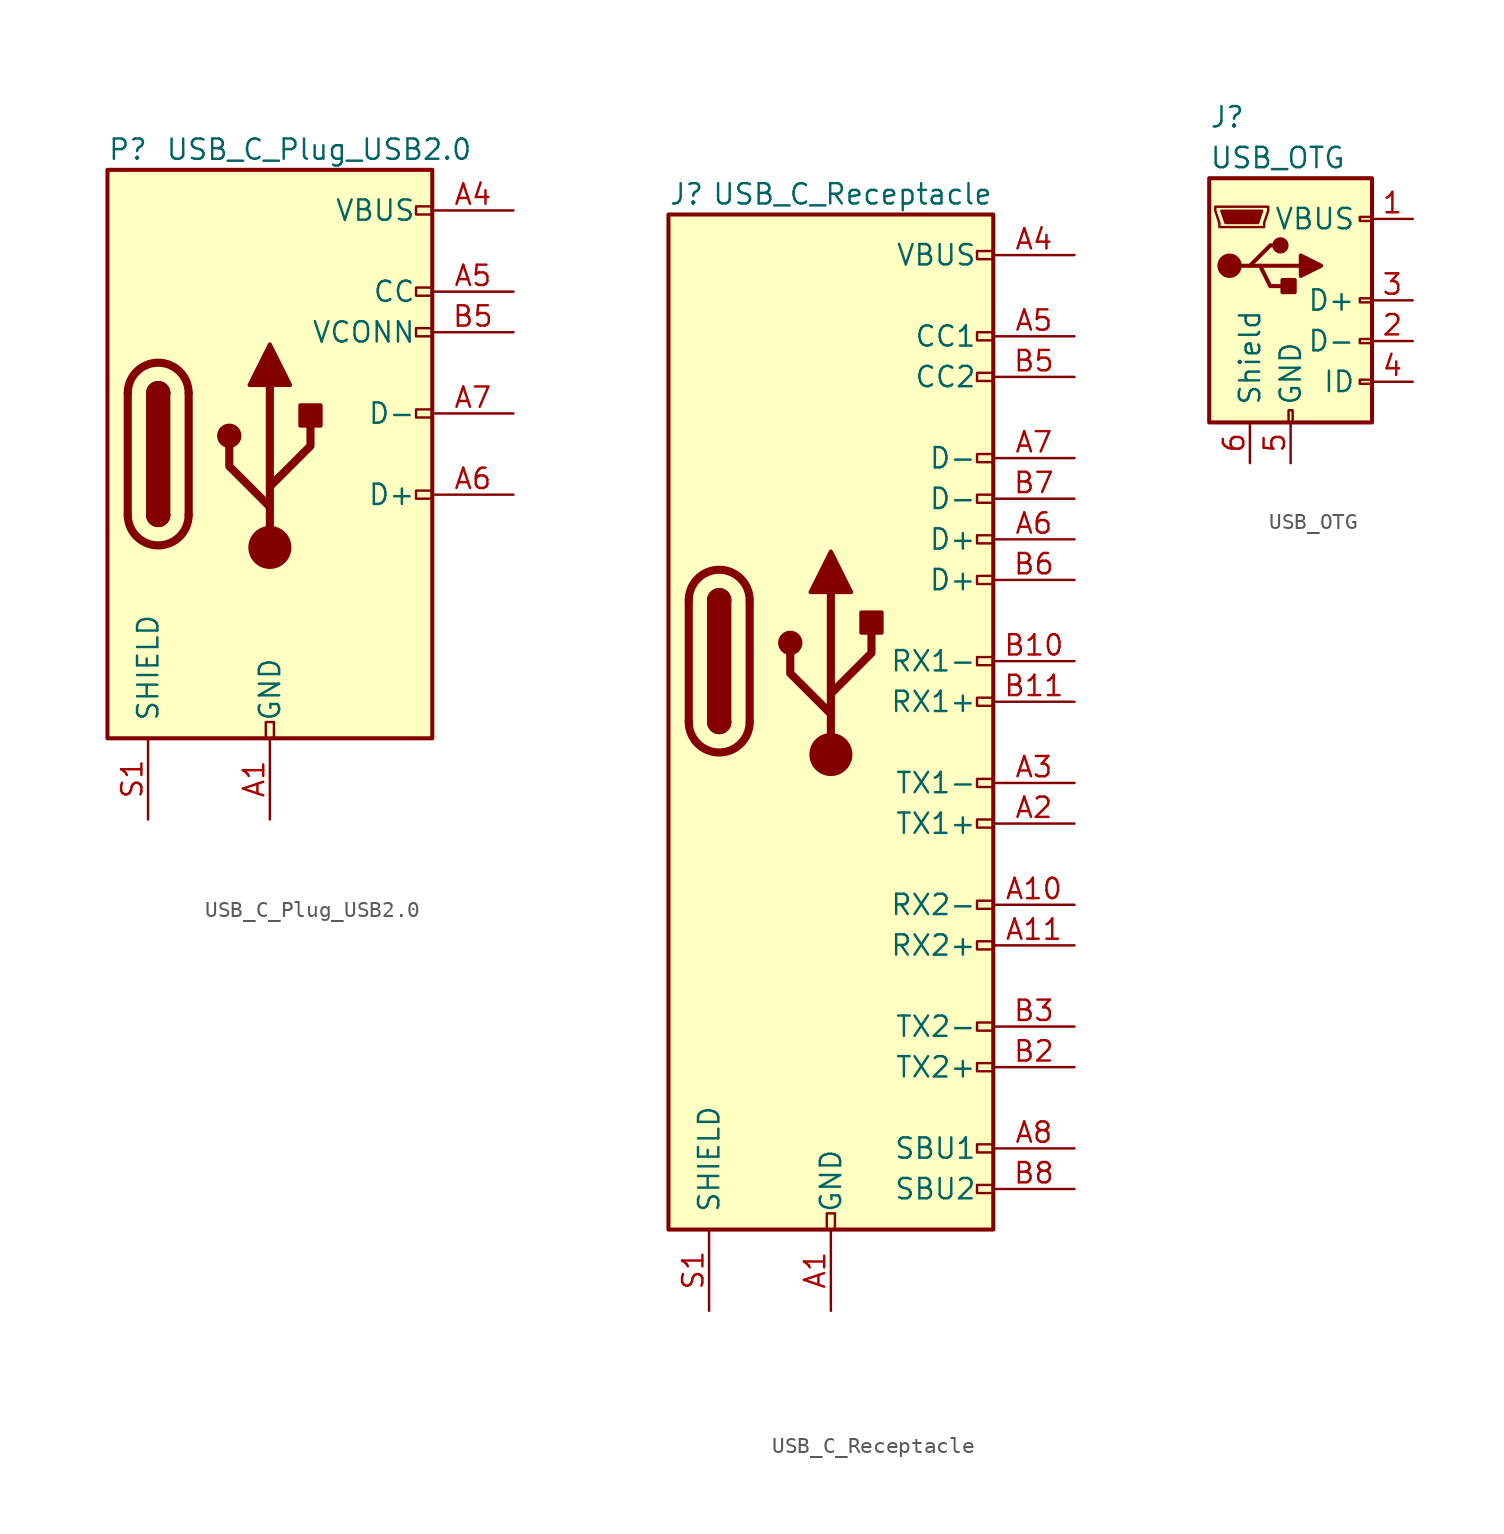
<source format=kicad_sym>
(kicad_symbol_lib
  (version 20220914)
  (generator kicad_symbol_editor)
  (symbol "USB_C_Plug_USB2.0"
    (pin_names
      (offset 1.016))
    (property "Reference" "P"
      (at -10.16 19.05 0)
      (effects (font (size 1.27 1.27)) (justify left)))
    (property "Value" "USB_C_Plug_USB2.0"
      (at 12.7 19.05 0)
      (effects (font (size 1.27 1.27)) (justify right)))
    (symbol "USB_C_Plug_USB2.0_0_0"
      (rectangle (start -0.254 -17.78) (end 0.254 -16.764) (stroke (width 0) (type solid)) (fill (type none)))
      (rectangle (start 10.16 -2.286) (end 9.144 -2.794) (stroke (width 0) (type solid)) (fill (type none)))
      (rectangle (start 10.16 2.794) (end 9.144 2.286) (stroke (width 0) (type solid)) (fill (type none)))
      (rectangle (start 10.16 7.874) (end 9.144 7.366) (stroke (width 0) (type solid)) (fill (type none)))
      (rectangle (start 10.16 10.414) (end 9.144 9.906) (stroke (width 0) (type solid)) (fill (type none)))
      (rectangle (start 10.16 15.494) (end 9.144 14.986) (stroke (width 0) (type solid)) (fill (type none))))
    (symbol "USB_C_Plug_USB2.0_0_1"
      (rectangle (start -10.16 17.78) (end 10.16 -17.78) (stroke (width 0.254) (type solid)) (fill (type background)))
      (arc (start -8.89 -3.81) (mid -6.985 -5.7067) (end -5.08 -3.81) (stroke (width 0.508) (type solid)) (fill (type none)))
      (arc (start -7.62 -3.81) (mid -6.985 -4.4423) (end -6.35 -3.81) (stroke (width 0.254) (type solid)) (fill (type none)))
      (arc (start -7.62 -3.81) (mid -6.985 -4.4423) (end -6.35 -3.81) (stroke (width 0.254) (type solid)) (fill (type outline)))
      (rectangle (start -7.62 -3.81) (end -6.35 3.81) (stroke (width 0.254) (type solid)) (fill (type outline)))
      (arc (start -6.35 3.81) (mid -6.985 4.4423) (end -7.62 3.81) (stroke (width 0.254) (type solid)) (fill (type none)))
      (arc (start -6.35 3.81) (mid -6.985 4.4423) (end -7.62 3.81) (stroke (width 0.254) (type solid)) (fill (type outline)))
      (arc (start -5.08 3.81) (mid -6.985 5.7067) (end -8.89 3.81) (stroke (width 0.508) (type solid)) (fill (type none)))
      (circle (center -2.54 1.143) (radius 0.635) (stroke (width 0.254) (type solid)) (fill (type outline)))
      (circle (center 0 -5.842) (radius 1.27) (stroke (width 0) (type solid)) (fill (type outline)))
      (polyline (pts (xy -8.89 -3.81) (xy -8.89 3.81)) (stroke (width 0.508) (type solid)) (fill (type none)))
      (polyline (pts (xy -5.08 3.81) (xy -5.08 -3.81)) (stroke (width 0.508) (type solid)) (fill (type none)))
      (polyline (pts (xy 0 -5.842) (xy 0 4.318)) (stroke (width 0.508) (type solid)) (fill (type none)))
      (polyline (pts (xy 0 -3.302) (xy -2.54 -0.762) (xy -2.54 0.508)) (stroke (width 0.508) (type solid)) (fill (type none)))
      (polyline (pts (xy 0 -2.032) (xy 2.54 0.508) (xy 2.54 1.778)) (stroke (width 0.508) (type solid)) (fill (type none)))
      (polyline (pts (xy -1.27 4.318) (xy 0 6.858) (xy 1.27 4.318) (xy -1.27 4.318)) (stroke (width 0.254) (type solid)) (fill (type outline)))
      (rectangle (start 1.905 1.778) (end 3.175 3.048) (stroke (width 0.254) (type solid)) (fill (type outline))))
    (symbol "USB_C_Plug_USB2.0_1_1"
      (pin passive line (at 0 -22.86 90) (length 5.08) (name "GND" (effects (font (size 1.27 1.27)))) (number "A1" (effects (font (size 1.27 1.27)))))
      (pin passive line (at 0 -22.86 90) (length 5.08) hide (name "GND" (effects (font (size 1.27 1.27)))) (number "A12" (effects (font (size 1.27 1.27)))))
      (pin passive line (at 15.24 15.24 180) (length 5.08) (name "VBUS" (effects (font (size 1.27 1.27)))) (number "A4" (effects (font (size 1.27 1.27)))))
      (pin bidirectional line (at 15.24 10.16 180) (length 5.08) (name "CC" (effects (font (size 1.27 1.27)))) (number "A5" (effects (font (size 1.27 1.27)))))
      (pin bidirectional line (at 15.24 -2.54 180) (length 5.08) (name "D+" (effects (font (size 1.27 1.27)))) (number "A6" (effects (font (size 1.27 1.27)))))
      (pin bidirectional line (at 15.24 2.54 180) (length 5.08) (name "D-" (effects (font (size 1.27 1.27)))) (number "A7" (effects (font (size 1.27 1.27)))))
      (pin passive line (at 15.24 15.24 180) (length 5.08) hide (name "VBUS" (effects (font (size 1.27 1.27)))) (number "A9" (effects (font (size 1.27 1.27)))))
      (pin passive line (at 0 -22.86 90) (length 5.08) hide (name "GND" (effects (font (size 1.27 1.27)))) (number "B1" (effects (font (size 1.27 1.27)))))
      (pin passive line (at 0 -22.86 90) (length 5.08) hide (name "GND" (effects (font (size 1.27 1.27)))) (number "B12" (effects (font (size 1.27 1.27)))))
      (pin passive line (at 15.24 15.24 180) (length 5.08) hide (name "VBUS" (effects (font (size 1.27 1.27)))) (number "B4" (effects (font (size 1.27 1.27)))))
      (pin bidirectional line (at 15.24 7.62 180) (length 5.08) (name "VCONN" (effects (font (size 1.27 1.27)))) (number "B5" (effects (font (size 1.27 1.27)))))
      (pin passive line (at 15.24 15.24 180) (length 5.08) hide (name "VBUS" (effects (font (size 1.27 1.27)))) (number "B9" (effects (font (size 1.27 1.27)))))
      (pin passive line (at -7.62 -22.86 90) (length 5.08) (name "SHIELD" (effects (font (size 1.27 1.27)))) (number "S1" (effects (font (size 1.27 1.27)))))))
  (symbol "USB_C_Receptacle"
    (pin_names
      (offset 1.016))
    (property "Reference" "J"
      (at -10.16 29.21 0)
      (effects (font (size 1.27 1.27)) (justify left)))
    (property "Value" "USB_C_Receptacle"
      (at 10.16 29.21 0)
      (effects (font (size 1.27 1.27)) (justify right)))
    (symbol "USB_C_Receptacle_0_0"
      (rectangle (start -0.254 -35.56) (end 0.254 -34.544) (stroke (width 0) (type solid)) (fill (type none)))
      (rectangle (start 10.16 -32.766) (end 9.144 -33.274) (stroke (width 0) (type solid)) (fill (type none)))
      (rectangle (start 10.16 -30.226) (end 9.144 -30.734) (stroke (width 0) (type solid)) (fill (type none)))
      (rectangle (start 10.16 -25.146) (end 9.144 -25.654) (stroke (width 0) (type solid)) (fill (type none)))
      (rectangle (start 10.16 -22.606) (end 9.144 -23.114) (stroke (width 0) (type solid)) (fill (type none)))
      (rectangle (start 10.16 -17.526) (end 9.144 -18.034) (stroke (width 0) (type solid)) (fill (type none)))
      (rectangle (start 10.16 -14.986) (end 9.144 -15.494) (stroke (width 0) (type solid)) (fill (type none)))
      (rectangle (start 10.16 -9.906) (end 9.144 -10.414) (stroke (width 0) (type solid)) (fill (type none)))
      (rectangle (start 10.16 -7.366) (end 9.144 -7.874) (stroke (width 0) (type solid)) (fill (type none)))
      (rectangle (start 10.16 -2.286) (end 9.144 -2.794) (stroke (width 0) (type solid)) (fill (type none)))
      (rectangle (start 10.16 0.254) (end 9.144 -0.254) (stroke (width 0) (type solid)) (fill (type none)))
      (rectangle (start 10.16 5.334) (end 9.144 4.826) (stroke (width 0) (type solid)) (fill (type none)))
      (rectangle (start 10.16 7.874) (end 9.144 7.366) (stroke (width 0) (type solid)) (fill (type none)))
      (rectangle (start 10.16 10.414) (end 9.144 9.906) (stroke (width 0) (type solid)) (fill (type none)))
      (rectangle (start 10.16 12.954) (end 9.144 12.446) (stroke (width 0) (type solid)) (fill (type none)))
      (rectangle (start 10.16 18.034) (end 9.144 17.526) (stroke (width 0) (type solid)) (fill (type none)))
      (rectangle (start 10.16 20.574) (end 9.144 20.066) (stroke (width 0) (type solid)) (fill (type none)))
      (rectangle (start 10.16 25.654) (end 9.144 25.146) (stroke (width 0) (type solid)) (fill (type none))))
    (symbol "USB_C_Receptacle_0_1"
      (rectangle (start -10.16 27.94) (end 10.16 -35.56) (stroke (width 0.254) (type solid)) (fill (type background)))
      (arc (start -8.89 -3.81) (mid -6.985 -5.7067) (end -5.08 -3.81) (stroke (width 0.508) (type solid)) (fill (type none)))
      (arc (start -7.62 -3.81) (mid -6.985 -4.4423) (end -6.35 -3.81) (stroke (width 0.254) (type solid)) (fill (type none)))
      (arc (start -7.62 -3.81) (mid -6.985 -4.4423) (end -6.35 -3.81) (stroke (width 0.254) (type solid)) (fill (type outline)))
      (rectangle (start -7.62 -3.81) (end -6.35 3.81) (stroke (width 0.254) (type solid)) (fill (type outline)))
      (arc (start -6.35 3.81) (mid -6.985 4.4423) (end -7.62 3.81) (stroke (width 0.254) (type solid)) (fill (type none)))
      (arc (start -6.35 3.81) (mid -6.985 4.4423) (end -7.62 3.81) (stroke (width 0.254) (type solid)) (fill (type outline)))
      (arc (start -5.08 3.81) (mid -6.985 5.7067) (end -8.89 3.81) (stroke (width 0.508) (type solid)) (fill (type none)))
      (polyline (pts (xy -8.89 -3.81) (xy -8.89 3.81)) (stroke (width 0.508) (type solid)) (fill (type none)))
      (polyline (pts (xy -5.08 3.81) (xy -5.08 -3.81)) (stroke (width 0.508) (type solid)) (fill (type none))))
    (symbol "USB_C_Receptacle_1_1"
      (circle (center -2.54 1.143) (radius 0.635) (stroke (width 0.254) (type solid)) (fill (type outline)))
      (circle (center 0 -5.842) (radius 1.27) (stroke (width 0) (type solid)) (fill (type outline)))
      (polyline (pts (xy 0 -5.842) (xy 0 4.318)) (stroke (width 0.508) (type solid)) (fill (type none)))
      (polyline (pts (xy 0 -3.302) (xy -2.54 -0.762) (xy -2.54 0.508)) (stroke (width 0.508) (type solid)) (fill (type none)))
      (polyline (pts (xy 0 -2.032) (xy 2.54 0.508) (xy 2.54 1.778)) (stroke (width 0.508) (type solid)) (fill (type none)))
      (polyline (pts (xy -1.27 4.318) (xy 0 6.858) (xy 1.27 4.318) (xy -1.27 4.318)) (stroke (width 0.254) (type solid)) (fill (type outline)))
      (rectangle (start 1.905 1.778) (end 3.175 3.048) (stroke (width 0.254) (type solid)) (fill (type outline)))
      (pin passive line (at 0 -40.64 90) (length 5.08) (name "GND" (effects (font (size 1.27 1.27)))) (number "A1" (effects (font (size 1.27 1.27)))))
      (pin bidirectional line (at 15.24 -15.24 180) (length 5.08) (name "RX2-" (effects (font (size 1.27 1.27)))) (number "A10" (effects (font (size 1.27 1.27)))))
      (pin bidirectional line (at 15.24 -17.78 180) (length 5.08) (name "RX2+" (effects (font (size 1.27 1.27)))) (number "A11" (effects (font (size 1.27 1.27)))))
      (pin passive line (at 0 -40.64 90) (length 5.08) hide (name "GND" (effects (font (size 1.27 1.27)))) (number "A12" (effects (font (size 1.27 1.27)))))
      (pin bidirectional line (at 15.24 -10.16 180) (length 5.08) (name "TX1+" (effects (font (size 1.27 1.27)))) (number "A2" (effects (font (size 1.27 1.27)))))
      (pin bidirectional line (at 15.24 -7.62 180) (length 5.08) (name "TX1-" (effects (font (size 1.27 1.27)))) (number "A3" (effects (font (size 1.27 1.27)))))
      (pin passive line (at 15.24 25.4 180) (length 5.08) (name "VBUS" (effects (font (size 1.27 1.27)))) (number "A4" (effects (font (size 1.27 1.27)))))
      (pin bidirectional line (at 15.24 20.32 180) (length 5.08) (name "CC1" (effects (font (size 1.27 1.27)))) (number "A5" (effects (font (size 1.27 1.27)))))
      (pin bidirectional line (at 15.24 7.62 180) (length 5.08) (name "D+" (effects (font (size 1.27 1.27)))) (number "A6" (effects (font (size 1.27 1.27)))))
      (pin bidirectional line (at 15.24 12.7 180) (length 5.08) (name "D-" (effects (font (size 1.27 1.27)))) (number "A7" (effects (font (size 1.27 1.27)))))
      (pin bidirectional line (at 15.24 -30.48 180) (length 5.08) (name "SBU1" (effects (font (size 1.27 1.27)))) (number "A8" (effects (font (size 1.27 1.27)))))
      (pin passive line (at 15.24 25.4 180) (length 5.08) hide (name "VBUS" (effects (font (size 1.27 1.27)))) (number "A9" (effects (font (size 1.27 1.27)))))
      (pin passive line (at 0 -40.64 90) (length 5.08) hide (name "GND" (effects (font (size 1.27 1.27)))) (number "B1" (effects (font (size 1.27 1.27)))))
      (pin bidirectional line (at 15.24 0 180) (length 5.08) (name "RX1-" (effects (font (size 1.27 1.27)))) (number "B10" (effects (font (size 1.27 1.27)))))
      (pin bidirectional line (at 15.24 -2.54 180) (length 5.08) (name "RX1+" (effects (font (size 1.27 1.27)))) (number "B11" (effects (font (size 1.27 1.27)))))
      (pin passive line (at 0 -40.64 90) (length 5.08) hide (name "GND" (effects (font (size 1.27 1.27)))) (number "B12" (effects (font (size 1.27 1.27)))))
      (pin bidirectional line (at 15.24 -25.4 180) (length 5.08) (name "TX2+" (effects (font (size 1.27 1.27)))) (number "B2" (effects (font (size 1.27 1.27)))))
      (pin bidirectional line (at 15.24 -22.86 180) (length 5.08) (name "TX2-" (effects (font (size 1.27 1.27)))) (number "B3" (effects (font (size 1.27 1.27)))))
      (pin passive line (at 15.24 25.4 180) (length 5.08) hide (name "VBUS" (effects (font (size 1.27 1.27)))) (number "B4" (effects (font (size 1.27 1.27)))))
      (pin bidirectional line (at 15.24 17.78 180) (length 5.08) (name "CC2" (effects (font (size 1.27 1.27)))) (number "B5" (effects (font (size 1.27 1.27)))))
      (pin bidirectional line (at 15.24 5.08 180) (length 5.08) (name "D+" (effects (font (size 1.27 1.27)))) (number "B6" (effects (font (size 1.27 1.27)))))
      (pin bidirectional line (at 15.24 10.16 180) (length 5.08) (name "D-" (effects (font (size 1.27 1.27)))) (number "B7" (effects (font (size 1.27 1.27)))))
      (pin bidirectional line (at 15.24 -33.02 180) (length 5.08) (name "SBU2" (effects (font (size 1.27 1.27)))) (number "B8" (effects (font (size 1.27 1.27)))))
      (pin passive line (at 15.24 25.4 180) (length 5.08) hide (name "VBUS" (effects (font (size 1.27 1.27)))) (number "B9" (effects (font (size 1.27 1.27)))))
      (pin passive line (at -7.62 -40.64 90) (length 5.08) (name "SHIELD" (effects (font (size 1.27 1.27)))) (number "S1" (effects (font (size 1.27 1.27)))))))
  (symbol "USB_OTG"
    (pin_names
      (offset 1.016))
    (property "Reference" "J"
      (at -5.08 11.43 0)
      (effects (font (size 1.27 1.27)) (justify left)))
    (property "Value" "USB_OTG"
      (at -5.08 8.89 0)
      (effects (font (size 1.27 1.27)) (justify left)))
    (symbol "USB_OTG_0_1"
      (rectangle (start -5.08 -7.62) (end 5.08 7.62) (stroke (width 0.254) (type solid)) (fill (type background)))
      (circle (center -3.81 2.159) (radius 0.635) (stroke (width 0.254) (type solid)) (fill (type outline)))
      (circle (center -0.635 3.429) (radius 0.381) (stroke (width 0.254) (type solid)) (fill (type outline)))
      (rectangle (start -0.127 -7.62) (end 0.127 -6.858) (stroke (width 0) (type solid)) (fill (type none)))
      (polyline (pts (xy -1.905 2.159) (xy 0.635 2.159)) (stroke (width 0.254) (type solid)) (fill (type none)))
      (polyline (pts (xy -3.175 2.159) (xy -2.54 2.159) (xy -1.27 3.429) (xy -0.635 3.429)) (stroke (width 0.254) (type solid)) (fill (type none)))
      (polyline (pts (xy -2.54 2.159) (xy -1.905 2.159) (xy -1.27 0.889) (xy 0 0.889)) (stroke (width 0.254) (type solid)) (fill (type none)))
      (polyline (pts (xy 0.635 2.794) (xy 0.635 1.524) (xy 1.905 2.159) (xy 0.635 2.794)) (stroke (width 0.254) (type solid)) (fill (type outline)))
      (polyline (pts (xy -4.318 5.588) (xy -1.778 5.588) (xy -2.032 4.826) (xy -4.064 4.826) (xy -4.318 5.588)) (stroke (width 0) (type solid)) (fill (type outline)))
      (polyline (pts (xy -4.699 5.842) (xy -4.699 5.588) (xy -4.445 4.826) (xy -4.445 4.572) (xy -1.651 4.572) (xy -1.651 4.826) (xy -1.397 5.588) (xy -1.397 5.842) (xy -4.699 5.842)) (stroke (width 0) (type solid)) (fill (type none)))
      (rectangle (start 0.254 1.27) (end -0.508 0.508) (stroke (width 0.254) (type solid)) (fill (type outline)))
      (rectangle (start 5.08 -5.207) (end 4.318 -4.953) (stroke (width 0) (type solid)) (fill (type none)))
      (rectangle (start 5.08 -2.667) (end 4.318 -2.413) (stroke (width 0) (type solid)) (fill (type none)))
      (rectangle (start 5.08 -0.127) (end 4.318 0.127) (stroke (width 0) (type solid)) (fill (type none)))
      (rectangle (start 5.08 4.953) (end 4.318 5.207) (stroke (width 0) (type solid)) (fill (type none))))
    (symbol "USB_OTG_1_1"
      (pin passive line (at 7.62 5.08 180) (length 2.54) (name "VBUS" (effects (font (size 1.27 1.27)))) (number "1" (effects (font (size 1.27 1.27)))))
      (pin bidirectional line (at 7.62 -2.54 180) (length 2.54) (name "D-" (effects (font (size 1.27 1.27)))) (number "2" (effects (font (size 1.27 1.27)))))
      (pin bidirectional line (at 7.62 0 180) (length 2.54) (name "D+" (effects (font (size 1.27 1.27)))) (number "3" (effects (font (size 1.27 1.27)))))
      (pin passive line (at 7.62 -5.08 180) (length 2.54) (name "ID" (effects (font (size 1.27 1.27)))) (number "4" (effects (font (size 1.27 1.27)))))
      (pin passive line (at 0 -10.16 90) (length 2.54) (name "GND" (effects (font (size 1.27 1.27)))) (number "5" (effects (font (size 1.27 1.27)))))
      (pin passive line (at -2.54 -10.16 90) (length 2.54) (name "Shield" (effects (font (size 1.27 1.27)))) (number "6" (effects (font (size 1.27 1.27))))))))
</source>
